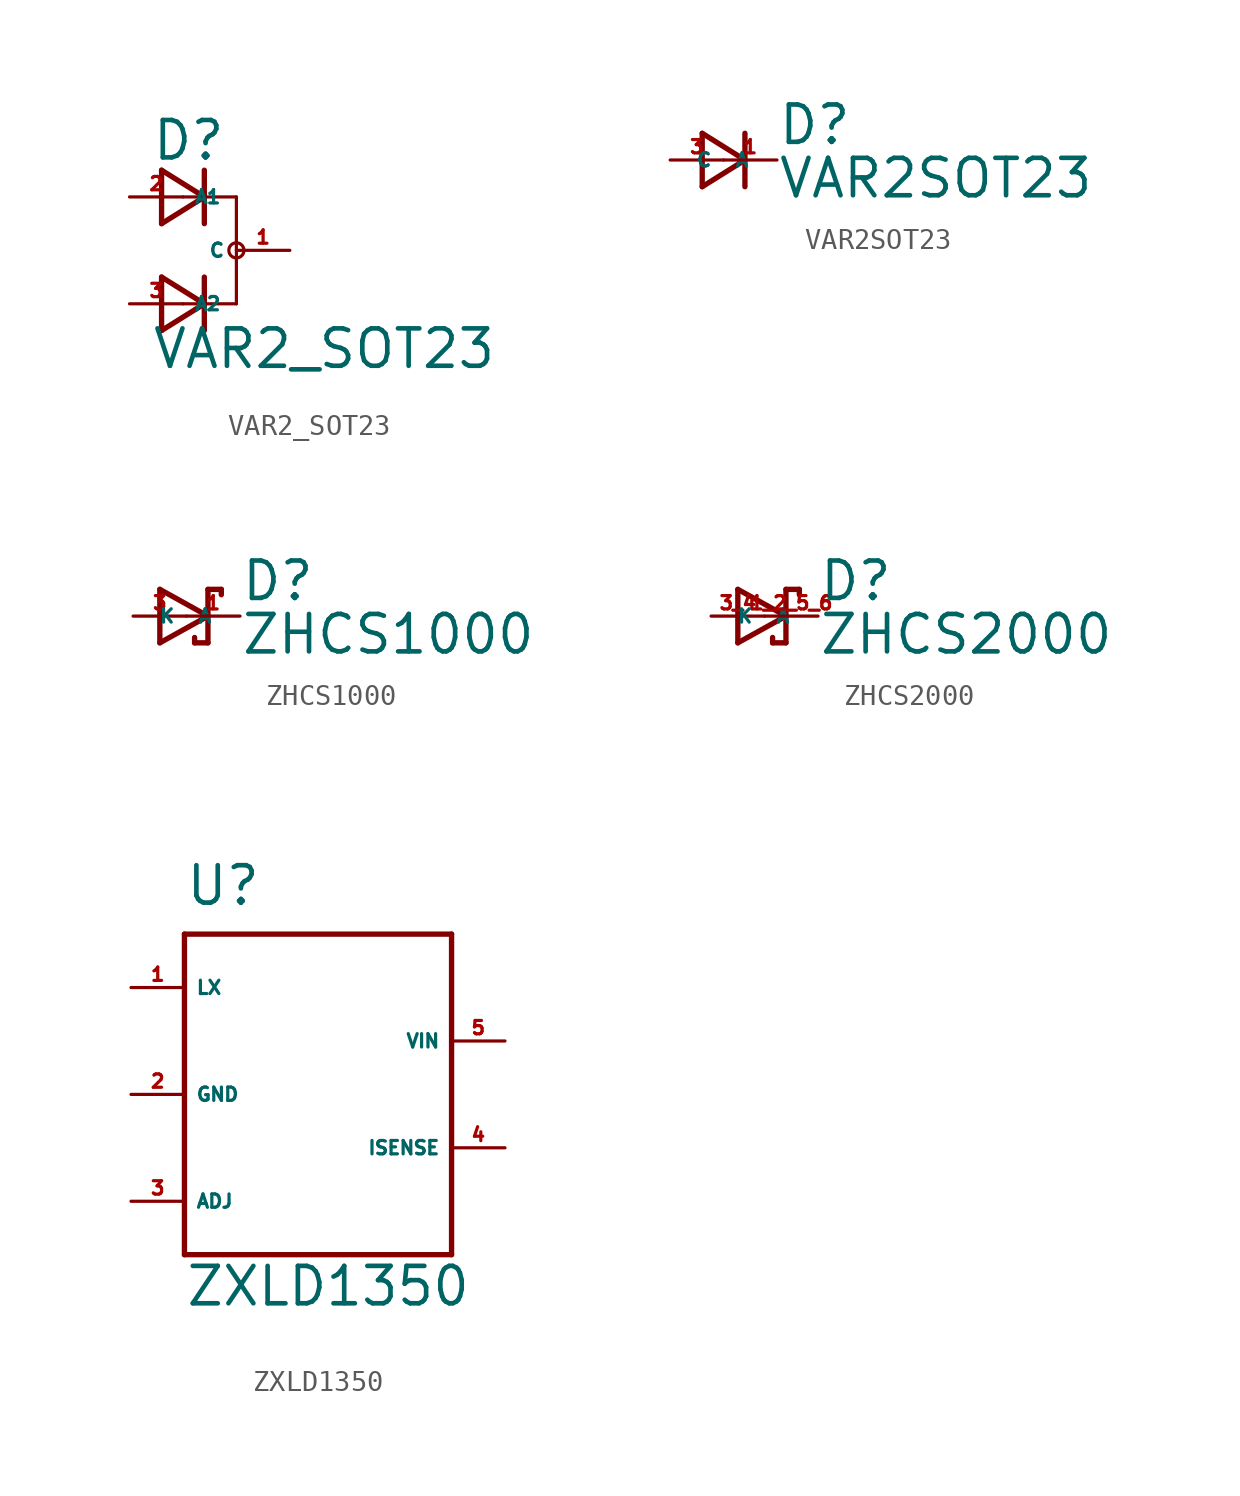
<source format=kicad_sym>
(kicad_symbol_lib
  (version 20220914)
  (generator Eagle2Kicad)
  (symbol "VAR2_SOT23"
    (property "Reference" "D"
      (at -1.524 4.191 0)
      (effects (font (size 1.778 1.778) (thickness 0.22)) (justify left bottom)))
    (property "Value" "VAR2_SOT23"
      (at -1.524 -5.715 0)
      (effects (font (size 1.778 1.778) (thickness 0.22)) (justify left bottom)))
    (polyline
      (pts (xy -1.016 1.27) (xy 1.016 2.54))
      (stroke (width 0.254) (type default))
      (fill (type none)))
    (polyline
      (pts (xy 1.016 2.54) (xy -1.016 3.81))
      (stroke (width 0.254) (type default))
      (fill (type none)))
    (polyline
      (pts (xy 1.016 3.81) (xy 1.016 2.54))
      (stroke (width 0.254) (type default))
      (fill (type none)))
    (polyline
      (pts (xy -1.016 3.81) (xy -1.016 1.27))
      (stroke (width 0.254) (type default))
      (fill (type none)))
    (polyline
      (pts (xy 1.016 2.54) (xy 1.016 1.27))
      (stroke (width 0.254) (type default))
      (fill (type none)))
    (polyline
      (pts (xy -1.016 -3.81) (xy 1.016 -2.54))
      (stroke (width 0.254) (type default))
      (fill (type none)))
    (polyline
      (pts (xy 1.016 -2.54) (xy -1.016 -1.27))
      (stroke (width 0.254) (type default))
      (fill (type none)))
    (polyline
      (pts (xy 1.016 -1.27) (xy 1.016 -2.54))
      (stroke (width 0.254) (type default))
      (fill (type none)))
    (polyline
      (pts (xy -1.016 -1.27) (xy -1.016 -3.81))
      (stroke (width 0.254) (type default))
      (fill (type none)))
    (polyline
      (pts (xy 1.016 -2.54) (xy 1.016 -3.81))
      (stroke (width 0.254) (type default))
      (fill (type none)))
    (polyline
      (pts (xy 0 2.54) (xy 2.54 2.54))
      (stroke (width 0.152) (type default))
      (fill (type none)))
    (polyline
      (pts (xy 2.54 2.54) (xy 2.54 -2.54))
      (stroke (width 0.152) (type default))
      (fill (type none)))
    (polyline
      (pts (xy 2.54 -2.54) (xy 0 -2.54))
      (stroke (width 0.152) (type default))
      (fill (type none)))
    (circle
      (center 2.54 0)
      (radius 0.359)
      (stroke (width 0) (type default))
      (fill (type none)))
    (pin passive line
      (at -2.54 2.54 0)
      (length 2.54)
      (name "A1" (effects (font (size 0.635 0.635) (thickness 0.08)) (justify left bottom)))
      (number "2" (effects (font (size 0.635 0.635) (thickness 0.08)) (justify left bottom))))
    (pin passive line
      (at 5.08 0 180)
      (length 2.54)
      (name "C" (effects (font (size 0.635 0.635) (thickness 0.08)) (justify left bottom)))
      (number "1" (effects (font (size 0.635 0.635) (thickness 0.08)) (justify left bottom))))
    (pin passive line
      (at -2.54 -2.54 0)
      (length 2.54)
      (name "A2" (effects (font (size 0.635 0.635) (thickness 0.08)) (justify left bottom)))
      (number "3" (effects (font (size 0.635 0.635) (thickness 0.08)) (justify left bottom)))))
  (symbol "VAR2SOT23"
    (property "Reference" "D"
      (at 2.54 0.635 0)
      (effects (font (size 1.778 1.778) (thickness 0.22)) (justify left bottom)))
    (property "Value" "VAR2SOT23"
      (at 2.54 -1.905 0)
      (effects (font (size 1.778 1.778) (thickness 0.22)) (justify left bottom)))
    (polyline
      (pts (xy -1.016 -1.27) (xy 1.016 0))
      (stroke (width 0.254) (type default))
      (fill (type none)))
    (polyline
      (pts (xy 1.016 0) (xy -1.016 1.27))
      (stroke (width 0.254) (type default))
      (fill (type none)))
    (polyline
      (pts (xy 1.016 1.27) (xy 1.016 0))
      (stroke (width 0.254) (type default))
      (fill (type none)))
    (polyline
      (pts (xy -1.016 1.27) (xy -1.016 -1.27))
      (stroke (width 0.254) (type default))
      (fill (type none)))
    (polyline
      (pts (xy 1.016 0) (xy 1.016 -1.27))
      (stroke (width 0.254) (type default))
      (fill (type none)))
    (pin passive line
      (at -2.54 0 0)
      (length 2.54)
      (name "A" (effects (font (size 0.635 0.635) (thickness 0.08)) (justify left bottom)))
      (number "3" (effects (font (size 0.635 0.635) (thickness 0.08)) (justify left bottom))))
    (pin passive line
      (at 2.54 0 180)
      (length 2.54)
      (name "C" (effects (font (size 0.635 0.635) (thickness 0.08)) (justify left bottom)))
      (number "1" (effects (font (size 0.635 0.635) (thickness 0.08)) (justify left bottom)))))
  (symbol "ZHCS1000"
    (property "Reference" "D"
      (at 2.54 0.635 0)
      (effects (font (size 1.778 1.778) (thickness 0.22)) (justify left bottom)))
    (property "Value" "ZHCS1000"
      (at 2.54 -1.905 0)
      (effects (font (size 1.778 1.778) (thickness 0.22)) (justify left bottom)))
    (polyline
      (pts (xy -1.27 -1.27) (xy 1.016 0))
      (stroke (width 0.254) (type default))
      (fill (type none)))
    (polyline
      (pts (xy 1.016 0) (xy -1.27 1.27))
      (stroke (width 0.254) (type default))
      (fill (type none)))
    (polyline
      (pts (xy 1.651 1.27) (xy 1.016 1.27))
      (stroke (width 0.254) (type default))
      (fill (type none)))
    (polyline
      (pts (xy 1.016 1.27) (xy 1.016 0))
      (stroke (width 0.254) (type default))
      (fill (type none)))
    (polyline
      (pts (xy -1.27 1.27) (xy -1.27 -1.27))
      (stroke (width 0.254) (type default))
      (fill (type none)))
    (polyline
      (pts (xy 1.016 0) (xy 1.016 -1.27))
      (stroke (width 0.254) (type default))
      (fill (type none)))
    (polyline
      (pts (xy 1.651 1.27) (xy 1.651 1.016))
      (stroke (width 0.254) (type default))
      (fill (type none)))
    (polyline
      (pts (xy 1.016 -1.27) (xy 0.381 -1.27))
      (stroke (width 0.254) (type default))
      (fill (type none)))
    (polyline
      (pts (xy 0.381 -1.016) (xy 0.381 -1.27))
      (stroke (width 0.254) (type default))
      (fill (type none)))
    (pin passive line
      (at -2.54 0 0)
      (length 2.54)
      (name "A" (effects (font (size 0.635 0.635) (thickness 0.08)) (justify left bottom)))
      (number "3" (effects (font (size 0.635 0.635) (thickness 0.08)) (justify left bottom))))
    (pin passive line
      (at 2.54 0 180)
      (length 2.54)
      (name "K" (effects (font (size 0.635 0.635) (thickness 0.08)) (justify left bottom)))
      (number "1" (effects (font (size 0.635 0.635) (thickness 0.08)) (justify left bottom)))))
  (symbol "ZHCS2000"
    (property "Reference" "D"
      (at 2.54 0.635 0)
      (effects (font (size 1.778 1.778) (thickness 0.22)) (justify left bottom)))
    (property "Value" "ZHCS2000"
      (at 2.54 -1.905 0)
      (effects (font (size 1.778 1.778) (thickness 0.22)) (justify left bottom)))
    (polyline
      (pts (xy -1.27 -1.27) (xy 1.016 0))
      (stroke (width 0.254) (type default))
      (fill (type none)))
    (polyline
      (pts (xy 1.016 0) (xy -1.27 1.27))
      (stroke (width 0.254) (type default))
      (fill (type none)))
    (polyline
      (pts (xy 1.651 1.27) (xy 1.016 1.27))
      (stroke (width 0.254) (type default))
      (fill (type none)))
    (polyline
      (pts (xy 1.016 1.27) (xy 1.016 0))
      (stroke (width 0.254) (type default))
      (fill (type none)))
    (polyline
      (pts (xy -1.27 1.27) (xy -1.27 -1.27))
      (stroke (width 0.254) (type default))
      (fill (type none)))
    (polyline
      (pts (xy 1.016 0) (xy 1.016 -1.27))
      (stroke (width 0.254) (type default))
      (fill (type none)))
    (polyline
      (pts (xy 1.651 1.27) (xy 1.651 1.016))
      (stroke (width 0.254) (type default))
      (fill (type none)))
    (polyline
      (pts (xy 1.016 -1.27) (xy 0.381 -1.27))
      (stroke (width 0.254) (type default))
      (fill (type none)))
    (polyline
      (pts (xy 0.381 -1.016) (xy 0.381 -1.27))
      (stroke (width 0.254) (type default))
      (fill (type none)))
    (pin passive line
      (at -2.54 0 0)
      (length 2.54)
      (name "A" (effects (font (size 0.635 0.635) (thickness 0.08)) (justify left bottom)))
      (number "3 4" (effects (font (size 0.635 0.635) (thickness 0.08)) (justify left bottom))))
    (pin passive line
      (at 2.54 0 180)
      (length 2.54)
      (name "K" (effects (font (size 0.635 0.635) (thickness 0.08)) (justify left bottom)))
      (number "1 2 5 6" (effects (font (size 0.635 0.635) (thickness 0.08)) (justify left bottom)))))
  (symbol "ZXLD1350"
    (property "Reference" "U"
      (at -7.62 8.89 0)
      (effects (font (size 1.778 1.778) (thickness 0.22)) (justify left bottom)))
    (property "Value" "ZXLD1350"
      (at -7.62 -10.16 0)
      (effects (font (size 1.778 1.778) (thickness 0.22)) (justify left bottom)))
    (polyline
      (pts (xy -7.62 7.62) (xy 5.08 7.62))
      (stroke (width 0.254) (type default))
      (fill (type none)))
    (polyline
      (pts (xy 5.08 7.62) (xy 5.08 -7.62))
      (stroke (width 0.254) (type default))
      (fill (type none)))
    (polyline
      (pts (xy 5.08 -7.62) (xy -7.62 -7.62))
      (stroke (width 0.254) (type default))
      (fill (type none)))
    (polyline
      (pts (xy -7.62 -7.62) (xy -7.62 7.62))
      (stroke (width 0.254) (type default))
      (fill (type none)))
    (pin output line
      (at -10.16 5.08 0)
      (length 2.54)
      (name "LX" (effects (font (size 0.635 0.635) (thickness 0.08)) (justify left bottom)))
      (number "1" (effects (font (size 0.635 0.635) (thickness 0.08)) (justify left bottom))))
    (pin input line
      (at -10.16 -5.08 0)
      (length 2.54)
      (name "ADJ" (effects (font (size 0.635 0.635) (thickness 0.08)) (justify left bottom)))
      (number "3" (effects (font (size 0.635 0.635) (thickness 0.08)) (justify left bottom))))
    (pin unspecified line
      (at 7.62 2.54 180)
      (length 2.54)
      (name "VIN" (effects (font (size 0.635 0.635) (thickness 0.08)) (justify left bottom)))
      (number "5" (effects (font (size 0.635 0.635) (thickness 0.08)) (justify left bottom))))
    (pin input line
      (at 7.62 -2.54 180)
      (length 2.54)
      (name "ISENSE" (effects (font (size 0.635 0.635) (thickness 0.08)) (justify left bottom)))
      (number "4" (effects (font (size 0.635 0.635) (thickness 0.08)) (justify left bottom))))
    (pin unspecified line
      (at -10.16 0 0)
      (length 2.54)
      (name "GND" (effects (font (size 0.635 0.635) (thickness 0.08)) (justify left bottom)))
      (number "2" (effects (font (size 0.635 0.635) (thickness 0.08)) (justify left bottom))))))
</source>
